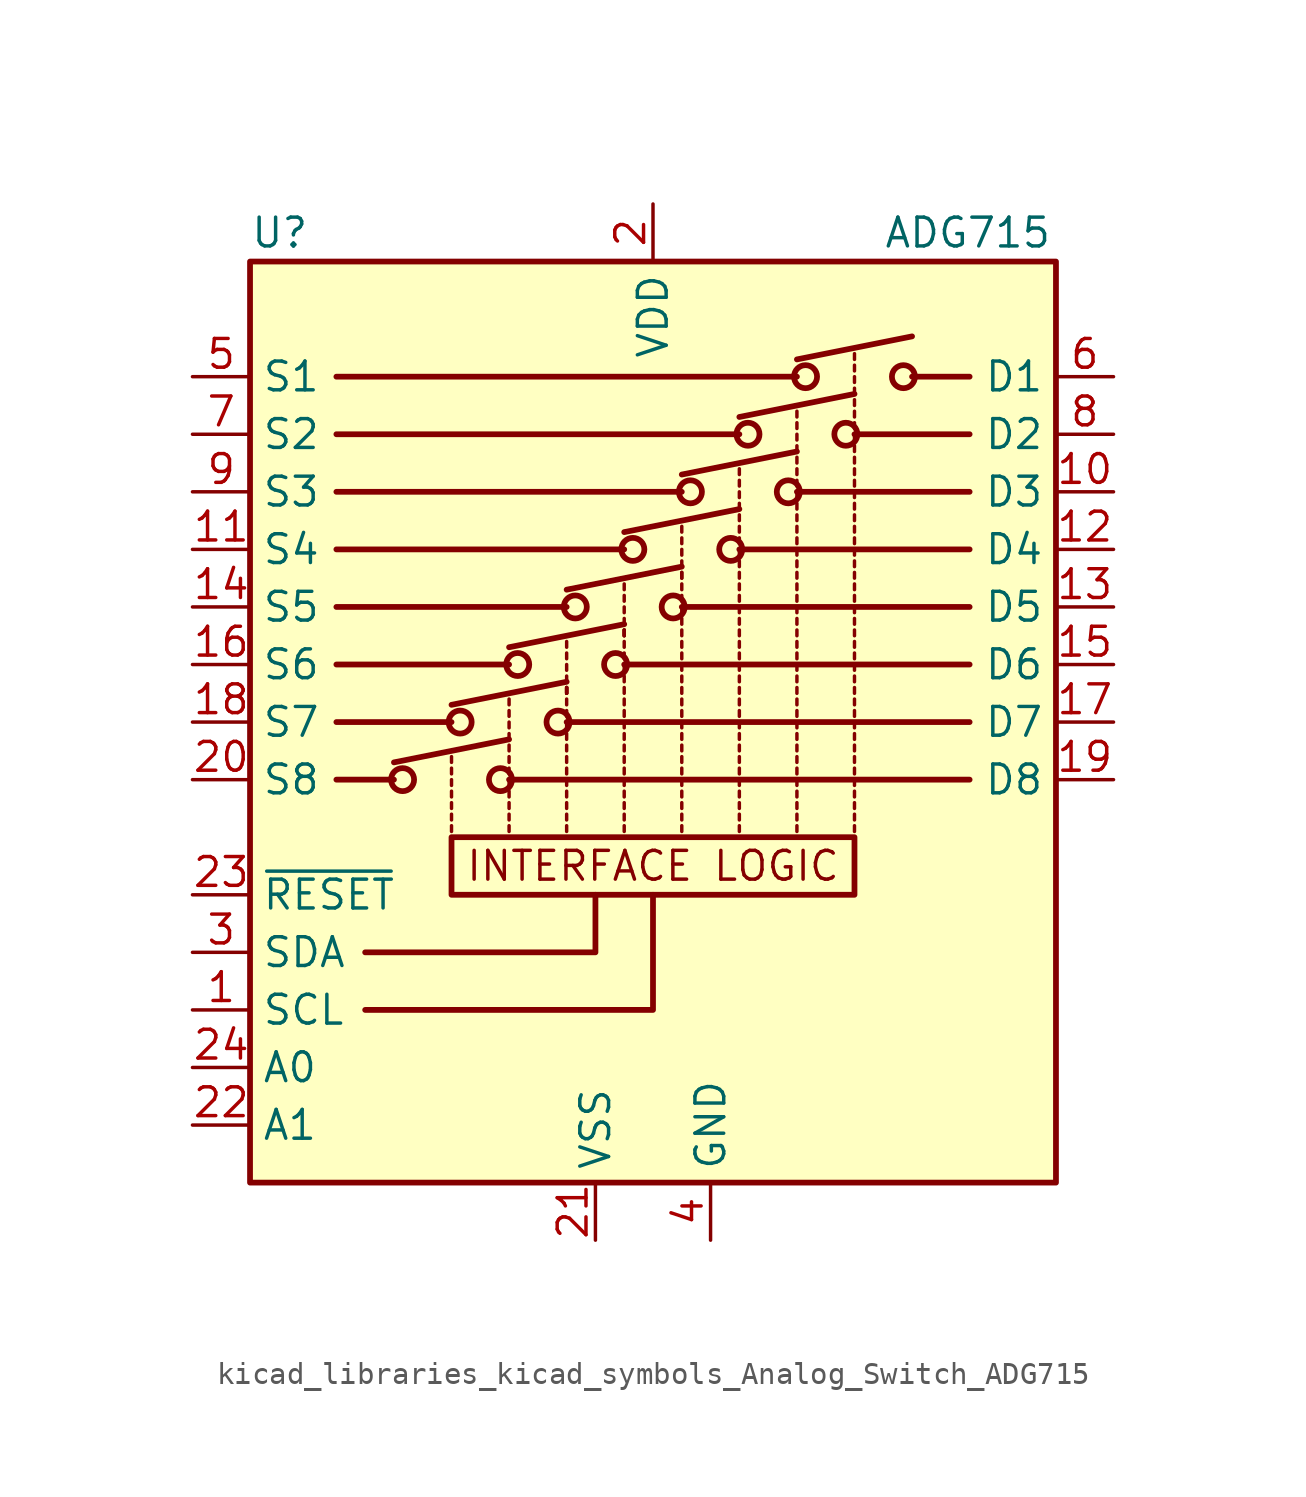
<source format=kicad_sym>
(kicad_symbol_lib
  (version 20220914)
  (generator kicad_symbol_editor)
  (symbol "kicad_libraries_kicad_symbols_Analog_Switch_ADG715"
    (property "Reference" "U"
      (at -17.78 24.13 0)
      (effects (font (size 1.27 1.27)) (justify left)))
    (property "Value" "ADG715"
      (at 10.16 24.13 0)
      (effects (font (size 1.27 1.27)) (justify left)))
    (symbol "kicad_libraries_kicad_symbols_Analog_Switch_ADG715_0_0"
      (polyline (pts (xy -12.7 -7.62) (xy -2.54 -7.62) (xy -2.54 -5.08)) (stroke (width 0.254) (type default)) (fill (type none)))
      (polyline (pts (xy -12.7 -10.16) (xy 0 -10.16) (xy 0 -7.62) (xy 0 -5.08)) (stroke (width 0.254) (type default)) (fill (type none)))
      (text "INTERFACE LOGIC" (at 0 -3.81 0) (effects (font (size 1.27 1.27)))))
    (symbol "kicad_libraries_kicad_symbols_Analog_Switch_ADG715_0_1"
      (rectangle (start -17.78 -17.78) (end 17.78 22.86) (stroke (width 0.254) (type default)) (fill (type background)))
      (rectangle (start -8.89 -2.54) (end 8.89 -5.08) (stroke (width 0.254) (type default)) (fill (type none)))
      (polyline (pts (xy -11.43 0) (xy -13.97 0)) (stroke (width 0.254) (type default)) (fill (type none)))
      (polyline (pts (xy -8.89 2.54) (xy -13.97 2.54)) (stroke (width 0.254) (type default)) (fill (type none)))
      (polyline (pts (xy -6.35 0) (xy 13.97 0)) (stroke (width 0.254) (type default)) (fill (type none)))
      (polyline (pts (xy -6.35 5.08) (xy -13.97 5.08)) (stroke (width 0.254) (type default)) (fill (type none)))
      (polyline (pts (xy -3.81 2.54) (xy 13.97 2.54)) (stroke (width 0.254) (type default)) (fill (type none)))
      (polyline (pts (xy -3.81 7.62) (xy -13.97 7.62)) (stroke (width 0.254) (type default)) (fill (type none)))
      (polyline (pts (xy -1.27 5.08) (xy 13.97 5.08)) (stroke (width 0.254) (type default)) (fill (type none)))
      (polyline (pts (xy -1.27 10.16) (xy -13.97 10.16)) (stroke (width 0.254) (type default)) (fill (type none)))
      (polyline (pts (xy 1.27 7.62) (xy 13.97 7.62)) (stroke (width 0.254) (type default)) (fill (type none)))
      (polyline (pts (xy 1.27 12.7) (xy -13.97 12.7)) (stroke (width 0.254) (type default)) (fill (type none)))
      (polyline (pts (xy 3.81 10.16) (xy 13.97 10.16)) (stroke (width 0.254) (type default)) (fill (type none)))
      (polyline (pts (xy 3.81 15.24) (xy -13.97 15.24)) (stroke (width 0.254) (type default)) (fill (type none)))
      (polyline (pts (xy 6.35 12.7) (xy 13.97 12.7)) (stroke (width 0.254) (type default)) (fill (type none)))
      (polyline (pts (xy 6.35 17.78) (xy -13.97 17.78)) (stroke (width 0.254) (type default)) (fill (type none)))
      (polyline (pts (xy 8.89 15.24) (xy 13.97 15.24)) (stroke (width 0.254) (type default)) (fill (type none)))
      (polyline (pts (xy 11.43 17.78) (xy 13.97 17.78)) (stroke (width 0.254) (type default)) (fill (type none))))
    (symbol "kicad_libraries_kicad_symbols_Analog_Switch_ADG715_1_1"
      (circle (center -11.049 0) (radius 0.508) (stroke (width 0.254) (type default)) (fill (type none)))
      (circle (center -8.509 2.54) (radius 0.508) (stroke (width 0.254) (type default)) (fill (type none)))
      (circle (center -6.731 0) (radius 0.508) (stroke (width 0.254) (type default)) (fill (type none)))
      (circle (center -5.969 5.08) (radius 0.508) (stroke (width 0.254) (type default)) (fill (type none)))
      (circle (center -4.191 2.54) (radius 0.508) (stroke (width 0.254) (type default)) (fill (type none)))
      (circle (center -3.429 7.62) (radius 0.508) (stroke (width 0.254) (type default)) (fill (type none)))
      (circle (center -1.651 5.08) (radius 0.508) (stroke (width 0.254) (type default)) (fill (type none)))
      (circle (center -0.889 10.16) (radius 0.508) (stroke (width 0.254) (type default)) (fill (type none)))
      (polyline (pts (xy -11.43 0.762) (xy -6.35 1.778)) (stroke (width 0.254) (type default)) (fill (type none)))
      (polyline (pts (xy -8.89 -2.286) (xy -8.89 -2.032)) (stroke (width 0) (type default)) (fill (type none)))
      (polyline (pts (xy -8.89 -1.778) (xy -8.89 -1.524)) (stroke (width 0) (type default)) (fill (type none)))
      (polyline (pts (xy -8.89 -1.27) (xy -8.89 -1.016)) (stroke (width 0) (type default)) (fill (type none)))
      (polyline (pts (xy -8.89 -0.762) (xy -8.89 -0.508)) (stroke (width 0) (type default)) (fill (type none)))
      (polyline (pts (xy -8.89 -0.254) (xy -8.89 0)) (stroke (width 0) (type default)) (fill (type none)))
      (polyline (pts (xy -8.89 0.254) (xy -8.89 0.508)) (stroke (width 0) (type default)) (fill (type none)))
      (polyline (pts (xy -8.89 0.762) (xy -8.89 1.016)) (stroke (width 0) (type default)) (fill (type none)))
      (polyline (pts (xy -8.89 3.302) (xy -3.81 4.318)) (stroke (width 0.254) (type default)) (fill (type none)))
      (polyline (pts (xy -6.35 -2.286) (xy -6.35 -2.032)) (stroke (width 0) (type default)) (fill (type none)))
      (polyline (pts (xy -6.35 -1.778) (xy -6.35 -1.524)) (stroke (width 0) (type default)) (fill (type none)))
      (polyline (pts (xy -6.35 -1.27) (xy -6.35 -1.016)) (stroke (width 0) (type default)) (fill (type none)))
      (polyline (pts (xy -6.35 -0.762) (xy -6.35 -0.508)) (stroke (width 0) (type default)) (fill (type none)))
      (polyline (pts (xy -6.35 -0.254) (xy -6.35 0)) (stroke (width 0) (type default)) (fill (type none)))
      (polyline (pts (xy -6.35 0.254) (xy -6.35 0.508)) (stroke (width 0) (type default)) (fill (type none)))
      (polyline (pts (xy -6.35 0.762) (xy -6.35 1.016)) (stroke (width 0) (type default)) (fill (type none)))
      (polyline (pts (xy -6.35 1.27) (xy -6.35 1.524)) (stroke (width 0) (type default)) (fill (type none)))
      (polyline (pts (xy -6.35 1.778) (xy -6.35 2.032)) (stroke (width 0) (type default)) (fill (type none)))
      (polyline (pts (xy -6.35 2.286) (xy -6.35 2.54)) (stroke (width 0) (type default)) (fill (type none)))
      (polyline (pts (xy -6.35 2.794) (xy -6.35 3.048)) (stroke (width 0) (type default)) (fill (type none)))
      (polyline (pts (xy -6.35 3.302) (xy -6.35 3.556)) (stroke (width 0) (type default)) (fill (type none)))
      (polyline (pts (xy -6.35 5.842) (xy -1.27 6.858)) (stroke (width 0.254) (type default)) (fill (type none)))
      (polyline (pts (xy -3.81 -2.286) (xy -3.81 -2.032)) (stroke (width 0) (type default)) (fill (type none)))
      (polyline (pts (xy -3.81 -1.778) (xy -3.81 -1.524)) (stroke (width 0) (type default)) (fill (type none)))
      (polyline (pts (xy -3.81 -1.27) (xy -3.81 -1.016)) (stroke (width 0) (type default)) (fill (type none)))
      (polyline (pts (xy -3.81 -0.762) (xy -3.81 -0.508)) (stroke (width 0) (type default)) (fill (type none)))
      (polyline (pts (xy -3.81 -0.254) (xy -3.81 0)) (stroke (width 0) (type default)) (fill (type none)))
      (polyline (pts (xy -3.81 0.254) (xy -3.81 0.508)) (stroke (width 0) (type default)) (fill (type none)))
      (polyline (pts (xy -3.81 0.762) (xy -3.81 1.016)) (stroke (width 0) (type default)) (fill (type none)))
      (polyline (pts (xy -3.81 1.27) (xy -3.81 1.524)) (stroke (width 0) (type default)) (fill (type none)))
      (polyline (pts (xy -3.81 1.778) (xy -3.81 2.032)) (stroke (width 0) (type default)) (fill (type none)))
      (polyline (pts (xy -3.81 2.286) (xy -3.81 2.54)) (stroke (width 0) (type default)) (fill (type none)))
      (polyline (pts (xy -3.81 2.794) (xy -3.81 3.048)) (stroke (width 0) (type default)) (fill (type none)))
      (polyline (pts (xy -3.81 3.302) (xy -3.81 3.556)) (stroke (width 0) (type default)) (fill (type none)))
      (polyline (pts (xy -3.81 3.81) (xy -3.81 4.064)) (stroke (width 0) (type default)) (fill (type none)))
      (polyline (pts (xy -3.81 3.81) (xy -3.81 4.064)) (stroke (width 0) (type default)) (fill (type none)))
      (polyline (pts (xy -3.81 3.81) (xy -3.81 4.064)) (stroke (width 0) (type default)) (fill (type none)))
      (polyline (pts (xy -3.81 3.81) (xy -3.81 4.064)) (stroke (width 0) (type default)) (fill (type none)))
      (polyline (pts (xy -3.81 4.318) (xy -3.81 4.572)) (stroke (width 0) (type default)) (fill (type none)))
      (polyline (pts (xy -3.81 4.826) (xy -3.81 5.08)) (stroke (width 0) (type default)) (fill (type none)))
      (polyline (pts (xy -3.81 5.334) (xy -3.81 5.588)) (stroke (width 0) (type default)) (fill (type none)))
      (polyline (pts (xy -3.81 5.842) (xy -3.81 6.096)) (stroke (width 0) (type default)) (fill (type none)))
      (polyline (pts (xy -3.81 8.382) (xy 1.27 9.398)) (stroke (width 0.254) (type default)) (fill (type none)))
      (polyline (pts (xy -1.27 -2.286) (xy -1.27 -2.032)) (stroke (width 0) (type default)) (fill (type none)))
      (polyline (pts (xy -1.27 -1.778) (xy -1.27 -1.524)) (stroke (width 0) (type default)) (fill (type none)))
      (polyline (pts (xy -1.27 -1.27) (xy -1.27 -1.016)) (stroke (width 0) (type default)) (fill (type none)))
      (polyline (pts (xy -1.27 -0.762) (xy -1.27 -0.508)) (stroke (width 0) (type default)) (fill (type none)))
      (polyline (pts (xy -1.27 -0.254) (xy -1.27 0)) (stroke (width 0) (type default)) (fill (type none)))
      (polyline (pts (xy -1.27 0.254) (xy -1.27 0.508)) (stroke (width 0) (type default)) (fill (type none)))
      (polyline (pts (xy -1.27 0.762) (xy -1.27 1.016)) (stroke (width 0) (type default)) (fill (type none)))
      (polyline (pts (xy -1.27 1.27) (xy -1.27 1.524)) (stroke (width 0) (type default)) (fill (type none)))
      (polyline (pts (xy -1.27 1.778) (xy -1.27 2.032)) (stroke (width 0) (type default)) (fill (type none)))
      (polyline (pts (xy -1.27 2.286) (xy -1.27 2.54)) (stroke (width 0) (type default)) (fill (type none)))
      (polyline (pts (xy -1.27 2.794) (xy -1.27 3.048)) (stroke (width 0) (type default)) (fill (type none)))
      (polyline (pts (xy -1.27 3.302) (xy -1.27 3.556)) (stroke (width 0) (type default)) (fill (type none)))
      (polyline (pts (xy -1.27 3.81) (xy -1.27 4.064)) (stroke (width 0) (type default)) (fill (type none)))
      (polyline (pts (xy -1.27 4.318) (xy -1.27 4.572)) (stroke (width 0) (type default)) (fill (type none)))
      (polyline (pts (xy -1.27 4.826) (xy -1.27 5.08)) (stroke (width 0) (type default)) (fill (type none)))
      (polyline (pts (xy -1.27 5.334) (xy -1.27 5.588)) (stroke (width 0) (type default)) (fill (type none)))
      (polyline (pts (xy -1.27 5.842) (xy -1.27 6.096)) (stroke (width 0) (type default)) (fill (type none)))
      (polyline (pts (xy -1.27 6.35) (xy -1.27 6.604)) (stroke (width 0) (type default)) (fill (type none)))
      (polyline (pts (xy -1.27 6.35) (xy -1.27 6.604)) (stroke (width 0) (type default)) (fill (type none)))
      (polyline (pts (xy -1.27 6.35) (xy -1.27 6.604)) (stroke (width 0) (type default)) (fill (type none)))
      (polyline (pts (xy -1.27 6.858) (xy -1.27 7.112)) (stroke (width 0) (type default)) (fill (type none)))
      (polyline (pts (xy -1.27 7.366) (xy -1.27 7.62)) (stroke (width 0) (type default)) (fill (type none)))
      (polyline (pts (xy -1.27 7.874) (xy -1.27 8.128)) (stroke (width 0) (type default)) (fill (type none)))
      (polyline (pts (xy -1.27 8.382) (xy -1.27 8.636)) (stroke (width 0) (type default)) (fill (type none)))
      (polyline (pts (xy -1.27 10.922) (xy 3.81 11.938)) (stroke (width 0.254) (type default)) (fill (type none)))
      (polyline (pts (xy 1.27 -2.286) (xy 1.27 -2.032)) (stroke (width 0) (type default)) (fill (type none)))
      (polyline (pts (xy 1.27 -1.778) (xy 1.27 -1.524)) (stroke (width 0) (type default)) (fill (type none)))
      (polyline (pts (xy 1.27 -1.27) (xy 1.27 -1.016)) (stroke (width 0) (type default)) (fill (type none)))
      (polyline (pts (xy 1.27 -0.762) (xy 1.27 -0.508)) (stroke (width 0) (type default)) (fill (type none)))
      (polyline (pts (xy 1.27 -0.254) (xy 1.27 0)) (stroke (width 0) (type default)) (fill (type none)))
      (polyline (pts (xy 1.27 0.254) (xy 1.27 0.508)) (stroke (width 0) (type default)) (fill (type none)))
      (polyline (pts (xy 1.27 0.762) (xy 1.27 1.016)) (stroke (width 0) (type default)) (fill (type none)))
      (polyline (pts (xy 1.27 1.27) (xy 1.27 1.524)) (stroke (width 0) (type default)) (fill (type none)))
      (polyline (pts (xy 1.27 1.778) (xy 1.27 2.032)) (stroke (width 0) (type default)) (fill (type none)))
      (polyline (pts (xy 1.27 2.286) (xy 1.27 2.54)) (stroke (width 0) (type default)) (fill (type none)))
      (polyline (pts (xy 1.27 2.794) (xy 1.27 3.048)) (stroke (width 0) (type default)) (fill (type none)))
      (polyline (pts (xy 1.27 3.302) (xy 1.27 3.556)) (stroke (width 0) (type default)) (fill (type none)))
      (polyline (pts (xy 1.27 3.81) (xy 1.27 4.064)) (stroke (width 0) (type default)) (fill (type none)))
      (polyline (pts (xy 1.27 4.318) (xy 1.27 4.572)) (stroke (width 0) (type default)) (fill (type none)))
      (polyline (pts (xy 1.27 4.826) (xy 1.27 5.08)) (stroke (width 0) (type default)) (fill (type none)))
      (polyline (pts (xy 1.27 5.334) (xy 1.27 5.588)) (stroke (width 0) (type default)) (fill (type none)))
      (polyline (pts (xy 1.27 5.842) (xy 1.27 6.096)) (stroke (width 0) (type default)) (fill (type none)))
      (polyline (pts (xy 1.27 6.35) (xy 1.27 6.604)) (stroke (width 0) (type default)) (fill (type none)))
      (polyline (pts (xy 1.27 6.858) (xy 1.27 7.112)) (stroke (width 0) (type default)) (fill (type none)))
      (polyline (pts (xy 1.27 7.366) (xy 1.27 7.62)) (stroke (width 0) (type default)) (fill (type none)))
      (polyline (pts (xy 1.27 7.874) (xy 1.27 8.128)) (stroke (width 0) (type default)) (fill (type none)))
      (polyline (pts (xy 1.27 8.382) (xy 1.27 8.636)) (stroke (width 0) (type default)) (fill (type none)))
      (polyline (pts (xy 1.27 8.89) (xy 1.27 9.144)) (stroke (width 0) (type default)) (fill (type none)))
      (polyline (pts (xy 1.27 8.89) (xy 1.27 9.144)) (stroke (width 0) (type default)) (fill (type none)))
      (polyline (pts (xy 1.27 9.398) (xy 1.27 9.652)) (stroke (width 0) (type default)) (fill (type none)))
      (polyline (pts (xy 1.27 9.906) (xy 1.27 10.16)) (stroke (width 0) (type default)) (fill (type none)))
      (polyline (pts (xy 1.27 10.414) (xy 1.27 10.668)) (stroke (width 0) (type default)) (fill (type none)))
      (polyline (pts (xy 1.27 10.922) (xy 1.27 11.176)) (stroke (width 0) (type default)) (fill (type none)))
      (polyline (pts (xy 1.27 13.462) (xy 6.35 14.478)) (stroke (width 0.254) (type default)) (fill (type none)))
      (polyline (pts (xy 3.81 -2.286) (xy 3.81 -2.032)) (stroke (width 0) (type default)) (fill (type none)))
      (polyline (pts (xy 3.81 -1.778) (xy 3.81 -1.524)) (stroke (width 0) (type default)) (fill (type none)))
      (polyline (pts (xy 3.81 -1.27) (xy 3.81 -1.016)) (stroke (width 0) (type default)) (fill (type none)))
      (polyline (pts (xy 3.81 -0.762) (xy 3.81 -0.508)) (stroke (width 0) (type default)) (fill (type none)))
      (polyline (pts (xy 3.81 -0.254) (xy 3.81 0)) (stroke (width 0) (type default)) (fill (type none)))
      (polyline (pts (xy 3.81 0.254) (xy 3.81 0.508)) (stroke (width 0) (type default)) (fill (type none)))
      (polyline (pts (xy 3.81 0.762) (xy 3.81 1.016)) (stroke (width 0) (type default)) (fill (type none)))
      (polyline (pts (xy 3.81 1.27) (xy 3.81 1.524)) (stroke (width 0) (type default)) (fill (type none)))
      (polyline (pts (xy 3.81 1.778) (xy 3.81 2.032)) (stroke (width 0) (type default)) (fill (type none)))
      (polyline (pts (xy 3.81 2.286) (xy 3.81 2.54)) (stroke (width 0) (type default)) (fill (type none)))
      (polyline (pts (xy 3.81 2.794) (xy 3.81 3.048)) (stroke (width 0) (type default)) (fill (type none)))
      (polyline (pts (xy 3.81 3.302) (xy 3.81 3.556)) (stroke (width 0) (type default)) (fill (type none)))
      (polyline (pts (xy 3.81 3.81) (xy 3.81 4.064)) (stroke (width 0) (type default)) (fill (type none)))
      (polyline (pts (xy 3.81 4.318) (xy 3.81 4.572)) (stroke (width 0) (type default)) (fill (type none)))
      (polyline (pts (xy 3.81 4.826) (xy 3.81 5.08)) (stroke (width 0) (type default)) (fill (type none)))
      (polyline (pts (xy 3.81 5.334) (xy 3.81 5.588)) (stroke (width 0) (type default)) (fill (type none)))
      (polyline (pts (xy 3.81 5.842) (xy 3.81 6.096)) (stroke (width 0) (type default)) (fill (type none)))
      (polyline (pts (xy 3.81 6.35) (xy 3.81 6.604)) (stroke (width 0) (type default)) (fill (type none)))
      (polyline (pts (xy 3.81 6.858) (xy 3.81 7.112)) (stroke (width 0) (type default)) (fill (type none)))
      (polyline (pts (xy 3.81 7.366) (xy 3.81 7.62)) (stroke (width 0) (type default)) (fill (type none)))
      (polyline (pts (xy 3.81 7.874) (xy 3.81 8.128)) (stroke (width 0) (type default)) (fill (type none)))
      (polyline (pts (xy 3.81 8.382) (xy 3.81 8.636)) (stroke (width 0) (type default)) (fill (type none)))
      (polyline (pts (xy 3.81 8.89) (xy 3.81 9.144)) (stroke (width 0) (type default)) (fill (type none)))
      (polyline (pts (xy 3.81 9.398) (xy 3.81 9.652)) (stroke (width 0) (type default)) (fill (type none)))
      (polyline (pts (xy 3.81 9.906) (xy 3.81 10.16)) (stroke (width 0) (type default)) (fill (type none)))
      (polyline (pts (xy 3.81 10.414) (xy 3.81 10.668)) (stroke (width 0) (type default)) (fill (type none)))
      (polyline (pts (xy 3.81 10.922) (xy 3.81 11.176)) (stroke (width 0) (type default)) (fill (type none)))
      (polyline (pts (xy 3.81 11.43) (xy 3.81 11.684)) (stroke (width 0) (type default)) (fill (type none)))
      (polyline (pts (xy 3.81 11.938) (xy 3.81 12.192)) (stroke (width 0) (type default)) (fill (type none)))
      (polyline (pts (xy 3.81 12.446) (xy 3.81 12.7)) (stroke (width 0) (type default)) (fill (type none)))
      (polyline (pts (xy 3.81 12.954) (xy 3.81 13.208)) (stroke (width 0) (type default)) (fill (type none)))
      (polyline (pts (xy 3.81 13.462) (xy 3.81 13.716)) (stroke (width 0) (type default)) (fill (type none)))
      (polyline (pts (xy 3.81 16.002) (xy 8.89 17.018)) (stroke (width 0.254) (type default)) (fill (type none)))
      (polyline (pts (xy 6.35 -2.286) (xy 6.35 -2.032)) (stroke (width 0) (type default)) (fill (type none)))
      (polyline (pts (xy 6.35 -1.778) (xy 6.35 -1.524)) (stroke (width 0) (type default)) (fill (type none)))
      (polyline (pts (xy 6.35 -1.27) (xy 6.35 -1.016)) (stroke (width 0) (type default)) (fill (type none)))
      (polyline (pts (xy 6.35 -0.762) (xy 6.35 -0.508)) (stroke (width 0) (type default)) (fill (type none)))
      (polyline (pts (xy 6.35 -0.254) (xy 6.35 0)) (stroke (width 0) (type default)) (fill (type none)))
      (polyline (pts (xy 6.35 0.254) (xy 6.35 0.508)) (stroke (width 0) (type default)) (fill (type none)))
      (polyline (pts (xy 6.35 0.762) (xy 6.35 1.016)) (stroke (width 0) (type default)) (fill (type none)))
      (polyline (pts (xy 6.35 1.27) (xy 6.35 1.524)) (stroke (width 0) (type default)) (fill (type none)))
      (polyline (pts (xy 6.35 1.778) (xy 6.35 2.032)) (stroke (width 0) (type default)) (fill (type none)))
      (polyline (pts (xy 6.35 2.286) (xy 6.35 2.54)) (stroke (width 0) (type default)) (fill (type none)))
      (polyline (pts (xy 6.35 2.794) (xy 6.35 3.048)) (stroke (width 0) (type default)) (fill (type none)))
      (polyline (pts (xy 6.35 3.302) (xy 6.35 3.556)) (stroke (width 0) (type default)) (fill (type none)))
      (polyline (pts (xy 6.35 3.81) (xy 6.35 4.064)) (stroke (width 0) (type default)) (fill (type none)))
      (polyline (pts (xy 6.35 4.318) (xy 6.35 4.572)) (stroke (width 0) (type default)) (fill (type none)))
      (polyline (pts (xy 6.35 4.826) (xy 6.35 5.08)) (stroke (width 0) (type default)) (fill (type none)))
      (polyline (pts (xy 6.35 5.334) (xy 6.35 5.588)) (stroke (width 0) (type default)) (fill (type none)))
      (polyline (pts (xy 6.35 5.842) (xy 6.35 6.096)) (stroke (width 0) (type default)) (fill (type none)))
      (polyline (pts (xy 6.35 6.35) (xy 6.35 6.604)) (stroke (width 0) (type default)) (fill (type none)))
      (polyline (pts (xy 6.35 6.858) (xy 6.35 7.112)) (stroke (width 0) (type default)) (fill (type none)))
      (polyline (pts (xy 6.35 7.366) (xy 6.35 7.62)) (stroke (width 0) (type default)) (fill (type none)))
      (polyline (pts (xy 6.35 7.874) (xy 6.35 8.128)) (stroke (width 0) (type default)) (fill (type none)))
      (polyline (pts (xy 6.35 8.382) (xy 6.35 8.636)) (stroke (width 0) (type default)) (fill (type none)))
      (polyline (pts (xy 6.35 8.89) (xy 6.35 9.144)) (stroke (width 0) (type default)) (fill (type none)))
      (polyline (pts (xy 6.35 9.398) (xy 6.35 9.652)) (stroke (width 0) (type default)) (fill (type none)))
      (polyline (pts (xy 6.35 9.906) (xy 6.35 10.16)) (stroke (width 0) (type default)) (fill (type none)))
      (polyline (pts (xy 6.35 10.414) (xy 6.35 10.668)) (stroke (width 0) (type default)) (fill (type none)))
      (polyline (pts (xy 6.35 10.922) (xy 6.35 11.176)) (stroke (width 0) (type default)) (fill (type none)))
      (polyline (pts (xy 6.35 11.43) (xy 6.35 11.684)) (stroke (width 0) (type default)) (fill (type none)))
      (polyline (pts (xy 6.35 11.938) (xy 6.35 12.192)) (stroke (width 0) (type default)) (fill (type none)))
      (polyline (pts (xy 6.35 12.446) (xy 6.35 12.7)) (stroke (width 0) (type default)) (fill (type none)))
      (polyline (pts (xy 6.35 12.954) (xy 6.35 13.208)) (stroke (width 0) (type default)) (fill (type none)))
      (polyline (pts (xy 6.35 13.462) (xy 6.35 13.716)) (stroke (width 0) (type default)) (fill (type none)))
      (polyline (pts (xy 6.35 13.97) (xy 6.35 14.224)) (stroke (width 0) (type default)) (fill (type none)))
      (polyline (pts (xy 6.35 14.478) (xy 6.35 14.732)) (stroke (width 0) (type default)) (fill (type none)))
      (polyline (pts (xy 6.35 14.986) (xy 6.35 15.24)) (stroke (width 0) (type default)) (fill (type none)))
      (polyline (pts (xy 6.35 15.494) (xy 6.35 15.748)) (stroke (width 0) (type default)) (fill (type none)))
      (polyline (pts (xy 6.35 16.002) (xy 6.35 16.256)) (stroke (width 0) (type default)) (fill (type none)))
      (polyline (pts (xy 6.35 18.542) (xy 11.43 19.558)) (stroke (width 0.254) (type default)) (fill (type none)))
      (polyline (pts (xy 8.89 -2.286) (xy 8.89 -2.032)) (stroke (width 0) (type default)) (fill (type none)))
      (polyline (pts (xy 8.89 -1.778) (xy 8.89 -1.524)) (stroke (width 0) (type default)) (fill (type none)))
      (polyline (pts (xy 8.89 -1.27) (xy 8.89 -1.016)) (stroke (width 0) (type default)) (fill (type none)))
      (polyline (pts (xy 8.89 -0.762) (xy 8.89 -0.508)) (stroke (width 0) (type default)) (fill (type none)))
      (polyline (pts (xy 8.89 -0.254) (xy 8.89 0)) (stroke (width 0) (type default)) (fill (type none)))
      (polyline (pts (xy 8.89 0.254) (xy 8.89 0.508)) (stroke (width 0) (type default)) (fill (type none)))
      (polyline (pts (xy 8.89 0.762) (xy 8.89 1.016)) (stroke (width 0) (type default)) (fill (type none)))
      (polyline (pts (xy 8.89 1.27) (xy 8.89 1.524)) (stroke (width 0) (type default)) (fill (type none)))
      (polyline (pts (xy 8.89 1.778) (xy 8.89 2.032)) (stroke (width 0) (type default)) (fill (type none)))
      (polyline (pts (xy 8.89 2.286) (xy 8.89 2.54)) (stroke (width 0) (type default)) (fill (type none)))
      (polyline (pts (xy 8.89 2.794) (xy 8.89 3.048)) (stroke (width 0) (type default)) (fill (type none)))
      (polyline (pts (xy 8.89 3.302) (xy 8.89 3.556)) (stroke (width 0) (type default)) (fill (type none)))
      (polyline (pts (xy 8.89 3.81) (xy 8.89 4.064)) (stroke (width 0) (type default)) (fill (type none)))
      (polyline (pts (xy 8.89 4.318) (xy 8.89 4.572)) (stroke (width 0) (type default)) (fill (type none)))
      (polyline (pts (xy 8.89 4.826) (xy 8.89 5.08)) (stroke (width 0) (type default)) (fill (type none)))
      (polyline (pts (xy 8.89 5.334) (xy 8.89 5.588)) (stroke (width 0) (type default)) (fill (type none)))
      (polyline (pts (xy 8.89 5.842) (xy 8.89 6.096)) (stroke (width 0) (type default)) (fill (type none)))
      (polyline (pts (xy 8.89 6.35) (xy 8.89 6.604)) (stroke (width 0) (type default)) (fill (type none)))
      (polyline (pts (xy 8.89 6.858) (xy 8.89 7.112)) (stroke (width 0) (type default)) (fill (type none)))
      (polyline (pts (xy 8.89 7.366) (xy 8.89 7.62)) (stroke (width 0) (type default)) (fill (type none)))
      (polyline (pts (xy 8.89 7.874) (xy 8.89 8.128)) (stroke (width 0) (type default)) (fill (type none)))
      (polyline (pts (xy 8.89 8.382) (xy 8.89 8.636)) (stroke (width 0) (type default)) (fill (type none)))
      (polyline (pts (xy 8.89 8.89) (xy 8.89 9.144)) (stroke (width 0) (type default)) (fill (type none)))
      (polyline (pts (xy 8.89 9.398) (xy 8.89 9.652)) (stroke (width 0) (type default)) (fill (type none)))
      (polyline (pts (xy 8.89 9.906) (xy 8.89 10.16)) (stroke (width 0) (type default)) (fill (type none)))
      (polyline (pts (xy 8.89 10.414) (xy 8.89 10.668)) (stroke (width 0) (type default)) (fill (type none)))
      (polyline (pts (xy 8.89 10.922) (xy 8.89 11.176)) (stroke (width 0) (type default)) (fill (type none)))
      (polyline (pts (xy 8.89 11.43) (xy 8.89 11.684)) (stroke (width 0) (type default)) (fill (type none)))
      (polyline (pts (xy 8.89 11.938) (xy 8.89 12.192)) (stroke (width 0) (type default)) (fill (type none)))
      (polyline (pts (xy 8.89 12.446) (xy 8.89 12.7)) (stroke (width 0) (type default)) (fill (type none)))
      (polyline (pts (xy 8.89 12.954) (xy 8.89 13.208)) (stroke (width 0) (type default)) (fill (type none)))
      (polyline (pts (xy 8.89 13.462) (xy 8.89 13.716)) (stroke (width 0) (type default)) (fill (type none)))
      (polyline (pts (xy 8.89 13.97) (xy 8.89 14.224)) (stroke (width 0) (type default)) (fill (type none)))
      (polyline (pts (xy 8.89 14.478) (xy 8.89 14.732)) (stroke (width 0) (type default)) (fill (type none)))
      (polyline (pts (xy 8.89 14.986) (xy 8.89 15.24)) (stroke (width 0) (type default)) (fill (type none)))
      (polyline (pts (xy 8.89 15.494) (xy 8.89 15.748)) (stroke (width 0) (type default)) (fill (type none)))
      (polyline (pts (xy 8.89 16.002) (xy 8.89 16.256)) (stroke (width 0) (type default)) (fill (type none)))
      (polyline (pts (xy 8.89 16.51) (xy 8.89 16.764)) (stroke (width 0) (type default)) (fill (type none)))
      (polyline (pts (xy 8.89 17.018) (xy 8.89 17.272)) (stroke (width 0) (type default)) (fill (type none)))
      (polyline (pts (xy 8.89 17.526) (xy 8.89 17.78)) (stroke (width 0) (type default)) (fill (type none)))
      (polyline (pts (xy 8.89 18.034) (xy 8.89 18.288)) (stroke (width 0) (type default)) (fill (type none)))
      (polyline (pts (xy 8.89 18.542) (xy 8.89 18.796)) (stroke (width 0) (type default)) (fill (type none)))
      (circle (center 0.889 7.62) (radius 0.508) (stroke (width 0.254) (type default)) (fill (type none)))
      (circle (center 1.651 12.7) (radius 0.508) (stroke (width 0.254) (type default)) (fill (type none)))
      (circle (center 3.429 10.16) (radius 0.508) (stroke (width 0.254) (type default)) (fill (type none)))
      (circle (center 4.191 15.24) (radius 0.508) (stroke (width 0.254) (type default)) (fill (type none)))
      (circle (center 5.969 12.7) (radius 0.508) (stroke (width 0.254) (type default)) (fill (type none)))
      (circle (center 6.731 17.78) (radius 0.508) (stroke (width 0.254) (type default)) (fill (type none)))
      (circle (center 8.509 15.24) (radius 0.508) (stroke (width 0.254) (type default)) (fill (type none)))
      (circle (center 11.049 17.78) (radius 0.508) (stroke (width 0.254) (type default)) (fill (type none)))
      (pin input line (at -20.32 -10.16 0) (length 2.54) (name "SCL" (effects (font (size 1.27 1.27)))) (number "1" (effects (font (size 1.27 1.27)))))
      (pin passive line (at 20.32 12.7 180) (length 2.54) (name "D3" (effects (font (size 1.27 1.27)))) (number "10" (effects (font (size 1.27 1.27)))))
      (pin passive line (at -20.32 10.16 0) (length 2.54) (name "S4" (effects (font (size 1.27 1.27)))) (number "11" (effects (font (size 1.27 1.27)))))
      (pin passive line (at 20.32 10.16 180) (length 2.54) (name "D4" (effects (font (size 1.27 1.27)))) (number "12" (effects (font (size 1.27 1.27)))))
      (pin passive line (at 20.32 7.62 180) (length 2.54) (name "D5" (effects (font (size 1.27 1.27)))) (number "13" (effects (font (size 1.27 1.27)))))
      (pin passive line (at -20.32 7.62 0) (length 2.54) (name "S5" (effects (font (size 1.27 1.27)))) (number "14" (effects (font (size 1.27 1.27)))))
      (pin passive line (at 20.32 5.08 180) (length 2.54) (name "D6" (effects (font (size 1.27 1.27)))) (number "15" (effects (font (size 1.27 1.27)))))
      (pin passive line (at -20.32 5.08 0) (length 2.54) (name "S6" (effects (font (size 1.27 1.27)))) (number "16" (effects (font (size 1.27 1.27)))))
      (pin passive line (at 20.32 2.54 180) (length 2.54) (name "D7" (effects (font (size 1.27 1.27)))) (number "17" (effects (font (size 1.27 1.27)))))
      (pin passive line (at -20.32 2.54 0) (length 2.54) (name "S7" (effects (font (size 1.27 1.27)))) (number "18" (effects (font (size 1.27 1.27)))))
      (pin passive line (at 20.32 0 180) (length 2.54) (name "D8" (effects (font (size 1.27 1.27)))) (number "19" (effects (font (size 1.27 1.27)))))
      (pin power_in line (at 0 25.4 270) (length 2.54) (name "VDD" (effects (font (size 1.27 1.27)))) (number "2" (effects (font (size 1.27 1.27)))))
      (pin passive line (at -20.32 0 0) (length 2.54) (name "S8" (effects (font (size 1.27 1.27)))) (number "20" (effects (font (size 1.27 1.27)))))
      (pin power_in line (at -2.54 -20.32 90) (length 2.54) (name "VSS" (effects (font (size 1.27 1.27)))) (number "21" (effects (font (size 1.27 1.27)))))
      (pin input line (at -20.32 -15.24 0) (length 2.54) (name "A1" (effects (font (size 1.27 1.27)))) (number "22" (effects (font (size 1.27 1.27)))))
      (pin input line (at -20.32 -5.08 0) (length 2.54) (name "~{RESET}" (effects (font (size 1.27 1.27)))) (number "23" (effects (font (size 1.27 1.27)))))
      (pin input line (at -20.32 -12.7 0) (length 2.54) (name "A0" (effects (font (size 1.27 1.27)))) (number "24" (effects (font (size 1.27 1.27)))))
      (pin bidirectional line (at -20.32 -7.62 0) (length 2.54) (name "SDA" (effects (font (size 1.27 1.27)))) (number "3" (effects (font (size 1.27 1.27)))))
      (pin power_in line (at 2.54 -20.32 90) (length 2.54) (name "GND" (effects (font (size 1.27 1.27)))) (number "4" (effects (font (size 1.27 1.27)))))
      (pin passive line (at -20.32 17.78 0) (length 2.54) (name "S1" (effects (font (size 1.27 1.27)))) (number "5" (effects (font (size 1.27 1.27)))))
      (pin passive line (at 20.32 17.78 180) (length 2.54) (name "D1" (effects (font (size 1.27 1.27)))) (number "6" (effects (font (size 1.27 1.27)))))
      (pin passive line (at -20.32 15.24 0) (length 2.54) (name "S2" (effects (font (size 1.27 1.27)))) (number "7" (effects (font (size 1.27 1.27)))))
      (pin passive line (at 20.32 15.24 180) (length 2.54) (name "D2" (effects (font (size 1.27 1.27)))) (number "8" (effects (font (size 1.27 1.27)))))
      (pin passive line (at -20.32 12.7 0) (length 2.54) (name "S3" (effects (font (size 1.27 1.27)))) (number "9" (effects (font (size 1.27 1.27))))))))
</source>
